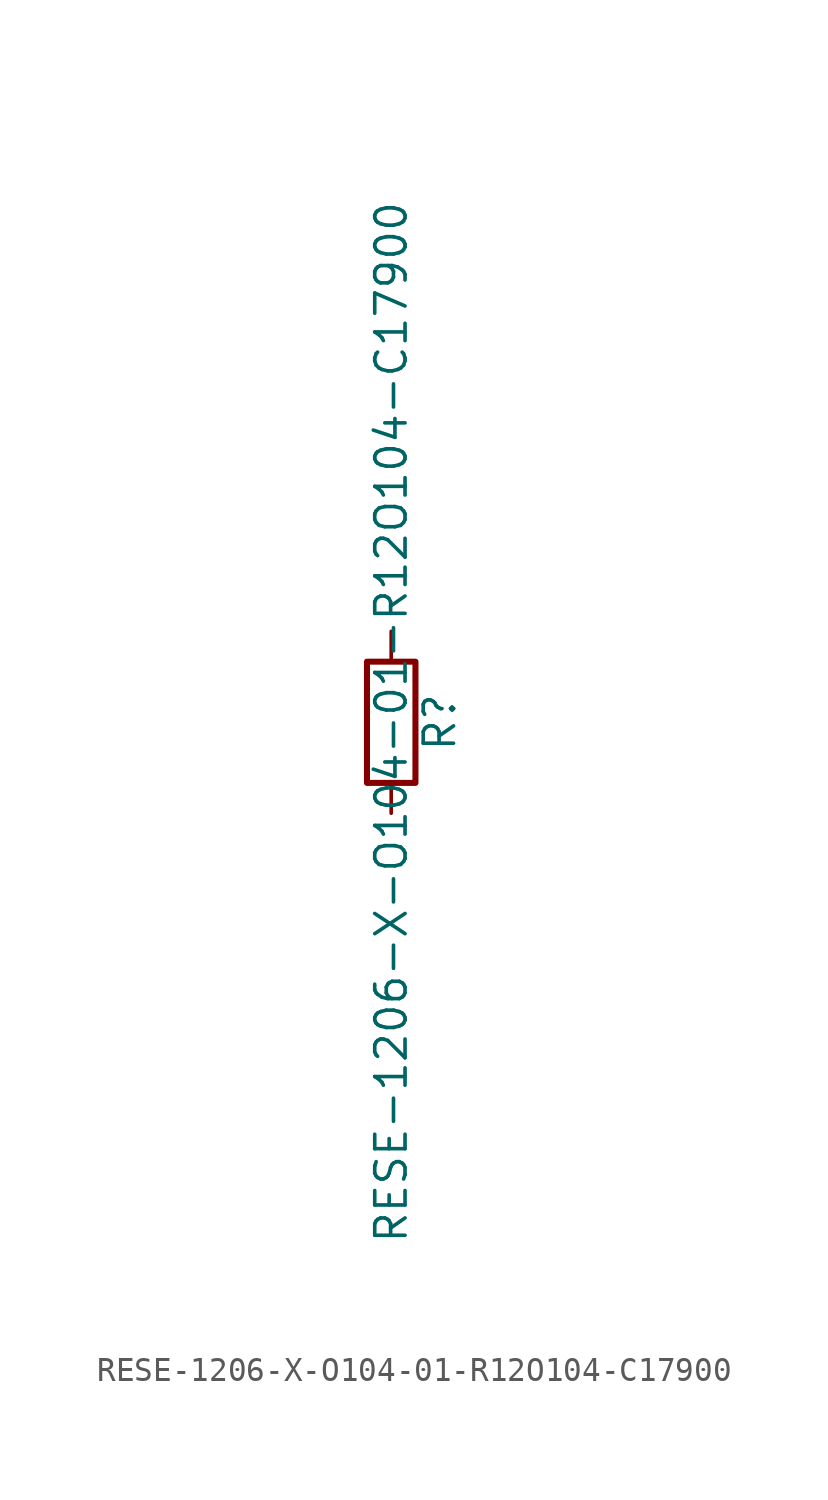
<source format=kicad_sym>
(kicad_symbol_lib
  (version 20211014)
  (generator kicad_symbol_editor)
  (symbol "RESE-1206-X-O104-01-R12O104-C17900"
    (pin_numbers hide)
    (pin_names
      (offset 0))
    (property "Reference" "R"
      (at 2.032 0 90)
      (effects (font (size 1.27 1.27))))
    (property "Value" "RESE-1206-X-O104-01-R12O104-C17900"
      (at 0 0 90)
      (effects (font (size 1.27 1.27))))
    (symbol "RESE-1206-X-O104-01-R12O104-C17900_0_1"
      (rectangle (start -1.016 -2.54) (end 1.016 2.54) (stroke (width 0.254) (type default) (color 0 0 0 0)) (fill (type none))))
    (symbol "RESE-1206-X-O104-01-R12O104-C17900_1_1"
      (pin passive line (at 0 3.81 270) (length 1.27) (name "~" (effects (font (size 1.27 1.27)))) (number "1" (effects (font (size 1.27 1.27)))))
      (pin passive line (at 0 -3.81 90) (length 1.27) (name "~" (effects (font (size 1.27 1.27)))) (number "2" (effects (font (size 1.27 1.27))))))))
</source>
